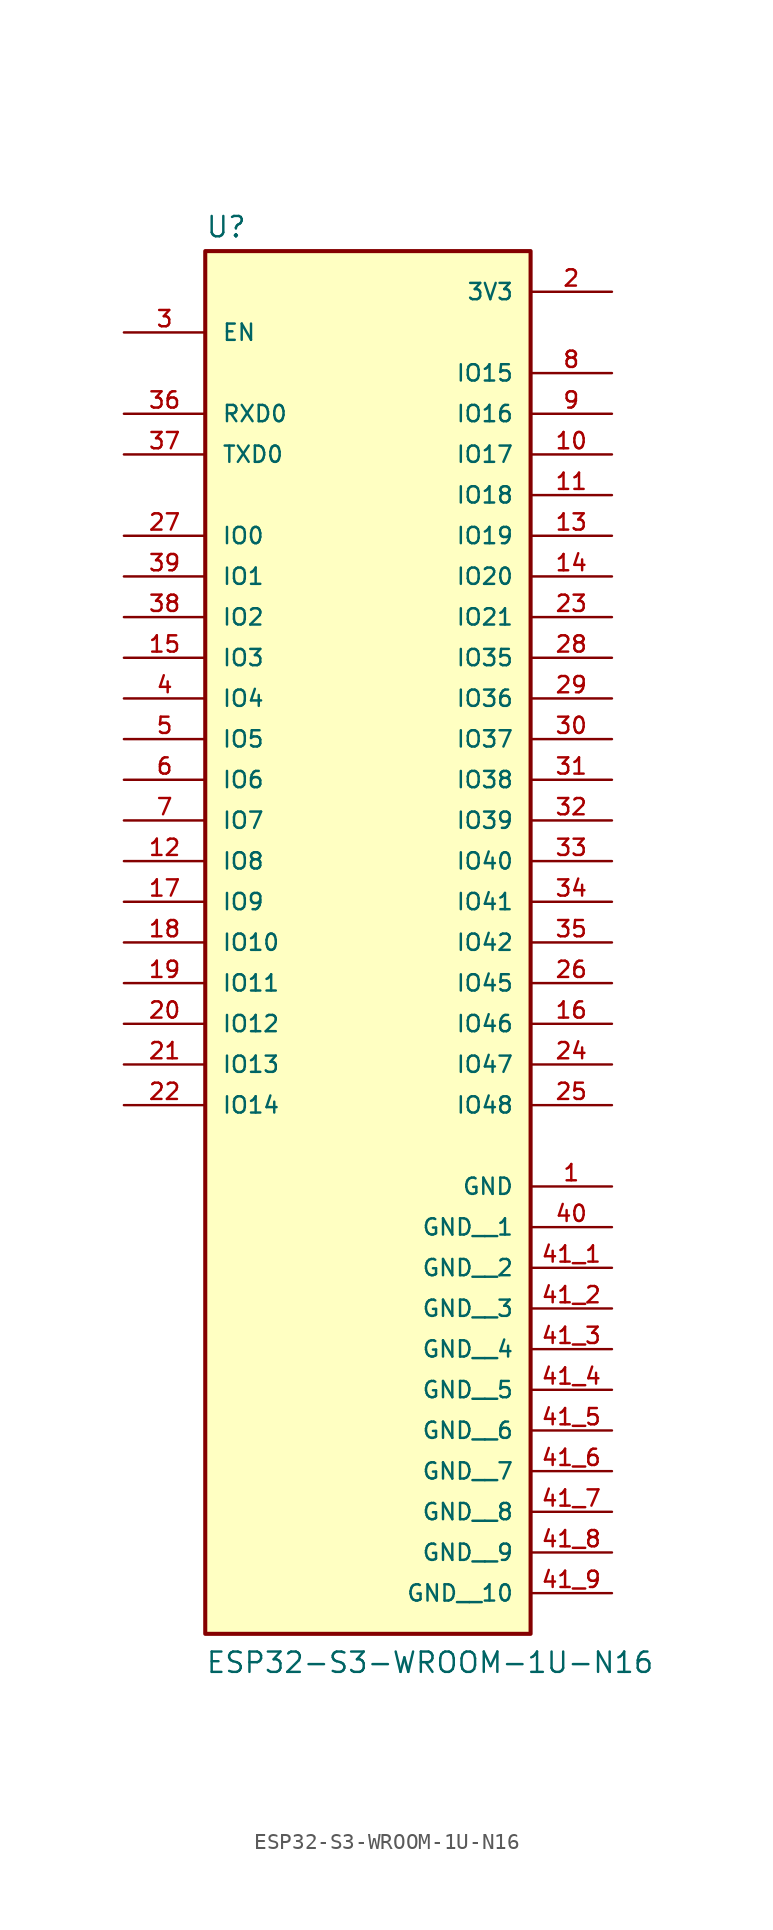
<source format=kicad_sym>
(kicad_symbol_lib
  (version 20211014)
  (generator kicad_symbol_editor)
  (symbol "ESP32-S3-WROOM-1U-N16"
    (pin_names
      (offset 1.016))
    (property "Reference" "U"
      (at -10.16 31.242 0)
      (effects (font (size 1.27 1.27)) (justify bottom left)))
    (property "Value" "ESP32-S3-WROOM-1U-N16"
      (at -10.16 -58.42 0)
      (effects (font (size 1.27 1.27)) (justify bottom left)))
    (symbol "ESP32-S3-WROOM-1U-N16_0_0"
      (rectangle (start -10.16 -55.88) (end 10.16 30.48) (stroke (width 0.254)) (fill (type background)))
      (pin power_in line (at 15.24 -27.94 180.0) (length 5.08) (name "GND" (effects (font (size 1.016 1.016)))) (number "1" (effects (font (size 1.016 1.016)))))
      (pin power_in line (at 15.24 27.94 180.0) (length 5.08) (name "3V3" (effects (font (size 1.016 1.016)))) (number "2" (effects (font (size 1.016 1.016)))))
      (pin input line (at -15.24 25.4 0) (length 5.08) (name "EN" (effects (font (size 1.016 1.016)))) (number "3" (effects (font (size 1.016 1.016)))))
      (pin bidirectional line (at 15.24 5.08 180.0) (length 5.08) (name "IO35" (effects (font (size 1.016 1.016)))) (number "28" (effects (font (size 1.016 1.016)))))
      (pin bidirectional line (at 15.24 -22.86 180.0) (length 5.08) (name "IO48" (effects (font (size 1.016 1.016)))) (number "25" (effects (font (size 1.016 1.016)))))
      (pin bidirectional line (at 15.24 -10.16 180.0) (length 5.08) (name "IO41" (effects (font (size 1.016 1.016)))) (number "34" (effects (font (size 1.016 1.016)))))
      (pin bidirectional line (at 15.24 -5.08 180.0) (length 5.08) (name "IO39" (effects (font (size 1.016 1.016)))) (number "32" (effects (font (size 1.016 1.016)))))
      (pin bidirectional line (at 15.24 -20.32 180.0) (length 5.08) (name "IO47" (effects (font (size 1.016 1.016)))) (number "24" (effects (font (size 1.016 1.016)))))
      (pin bidirectional line (at 15.24 -7.62 180.0) (length 5.08) (name "IO40" (effects (font (size 1.016 1.016)))) (number "33" (effects (font (size 1.016 1.016)))))
      (pin bidirectional line (at -15.24 -22.86 0) (length 5.08) (name "IO14" (effects (font (size 1.016 1.016)))) (number "22" (effects (font (size 1.016 1.016)))))
      (pin bidirectional line (at -15.24 -17.78 0) (length 5.08) (name "IO12" (effects (font (size 1.016 1.016)))) (number "20" (effects (font (size 1.016 1.016)))))
      (pin bidirectional line (at -15.24 -20.32 0) (length 5.08) (name "IO13" (effects (font (size 1.016 1.016)))) (number "21" (effects (font (size 1.016 1.016)))))
      (pin bidirectional line (at 15.24 22.86 180.0) (length 5.08) (name "IO15" (effects (font (size 1.016 1.016)))) (number "8" (effects (font (size 1.016 1.016)))))
      (pin bidirectional line (at -15.24 7.62 0) (length 5.08) (name "IO2" (effects (font (size 1.016 1.016)))) (number "38" (effects (font (size 1.016 1.016)))))
      (pin bidirectional line (at -15.24 12.7 0) (length 5.08) (name "IO0" (effects (font (size 1.016 1.016)))) (number "27" (effects (font (size 1.016 1.016)))))
      (pin bidirectional line (at -15.24 2.54 0) (length 5.08) (name "IO4" (effects (font (size 1.016 1.016)))) (number "4" (effects (font (size 1.016 1.016)))))
      (pin bidirectional line (at 15.24 20.32 180.0) (length 5.08) (name "IO16" (effects (font (size 1.016 1.016)))) (number "9" (effects (font (size 1.016 1.016)))))
      (pin bidirectional line (at 15.24 17.78 180.0) (length 5.08) (name "IO17" (effects (font (size 1.016 1.016)))) (number "10" (effects (font (size 1.016 1.016)))))
      (pin bidirectional line (at -15.24 0.0 0) (length 5.08) (name "IO5" (effects (font (size 1.016 1.016)))) (number "5" (effects (font (size 1.016 1.016)))))
      (pin bidirectional line (at 15.24 15.24 180.0) (length 5.08) (name "IO18" (effects (font (size 1.016 1.016)))) (number "11" (effects (font (size 1.016 1.016)))))
      (pin bidirectional line (at 15.24 12.7 180.0) (length 5.08) (name "IO19" (effects (font (size 1.016 1.016)))) (number "13" (effects (font (size 1.016 1.016)))))
      (pin bidirectional line (at 15.24 7.62 180.0) (length 5.08) (name "IO21" (effects (font (size 1.016 1.016)))) (number "23" (effects (font (size 1.016 1.016)))))
      (pin bidirectional line (at 15.24 0.0 180.0) (length 5.08) (name "IO37" (effects (font (size 1.016 1.016)))) (number "30" (effects (font (size 1.016 1.016)))))
      (pin bidirectional line (at 15.24 -2.54 180.0) (length 5.08) (name "IO38" (effects (font (size 1.016 1.016)))) (number "31" (effects (font (size 1.016 1.016)))))
      (pin bidirectional line (at -15.24 10.16 0) (length 5.08) (name "IO1" (effects (font (size 1.016 1.016)))) (number "39" (effects (font (size 1.016 1.016)))))
      (pin bidirectional line (at -15.24 5.08 0) (length 5.08) (name "IO3" (effects (font (size 1.016 1.016)))) (number "15" (effects (font (size 1.016 1.016)))))
      (pin bidirectional line (at -15.24 -2.54 0) (length 5.08) (name "IO6" (effects (font (size 1.016 1.016)))) (number "6" (effects (font (size 1.016 1.016)))))
      (pin bidirectional line (at -15.24 -5.08 0) (length 5.08) (name "IO7" (effects (font (size 1.016 1.016)))) (number "7" (effects (font (size 1.016 1.016)))))
      (pin bidirectional line (at -15.24 -7.62 0) (length 5.08) (name "IO8" (effects (font (size 1.016 1.016)))) (number "12" (effects (font (size 1.016 1.016)))))
      (pin bidirectional line (at -15.24 -10.16 0) (length 5.08) (name "IO9" (effects (font (size 1.016 1.016)))) (number "17" (effects (font (size 1.016 1.016)))))
      (pin bidirectional line (at -15.24 -12.7 0) (length 5.08) (name "IO10" (effects (font (size 1.016 1.016)))) (number "18" (effects (font (size 1.016 1.016)))))
      (pin bidirectional line (at -15.24 -15.24 0) (length 5.08) (name "IO11" (effects (font (size 1.016 1.016)))) (number "19" (effects (font (size 1.016 1.016)))))
      (pin bidirectional line (at 15.24 2.54 180.0) (length 5.08) (name "IO36" (effects (font (size 1.016 1.016)))) (number "29" (effects (font (size 1.016 1.016)))))
      (pin bidirectional line (at 15.24 -12.7 180.0) (length 5.08) (name "IO42" (effects (font (size 1.016 1.016)))) (number "35" (effects (font (size 1.016 1.016)))))
      (pin bidirectional line (at 15.24 10.16 180.0) (length 5.08) (name "IO20" (effects (font (size 1.016 1.016)))) (number "14" (effects (font (size 1.016 1.016)))))
      (pin bidirectional line (at -15.24 17.78 0) (length 5.08) (name "TXD0" (effects (font (size 1.016 1.016)))) (number "37" (effects (font (size 1.016 1.016)))))
      (pin bidirectional line (at -15.24 20.32 0) (length 5.08) (name "RXD0" (effects (font (size 1.016 1.016)))) (number "36" (effects (font (size 1.016 1.016)))))
      (pin bidirectional line (at 15.24 -15.24 180.0) (length 5.08) (name "IO45" (effects (font (size 1.016 1.016)))) (number "26" (effects (font (size 1.016 1.016)))))
      (pin bidirectional line (at 15.24 -17.78 180.0) (length 5.08) (name "IO46" (effects (font (size 1.016 1.016)))) (number "16" (effects (font (size 1.016 1.016)))))
      (pin power_in line (at 15.24 -30.48 180.0) (length 5.08) (name "GND__1" (effects (font (size 1.016 1.016)))) (number "40" (effects (font (size 1.016 1.016)))))
      (pin power_in line (at 15.24 -33.02 180.0) (length 5.08) (name "GND__2" (effects (font (size 1.016 1.016)))) (number "41_1" (effects (font (size 1.016 1.016)))))
      (pin power_in line (at 15.24 -35.56 180.0) (length 5.08) (name "GND__3" (effects (font (size 1.016 1.016)))) (number "41_2" (effects (font (size 1.016 1.016)))))
      (pin power_in line (at 15.24 -38.1 180.0) (length 5.08) (name "GND__4" (effects (font (size 1.016 1.016)))) (number "41_3" (effects (font (size 1.016 1.016)))))
      (pin power_in line (at 15.24 -40.64 180.0) (length 5.08) (name "GND__5" (effects (font (size 1.016 1.016)))) (number "41_4" (effects (font (size 1.016 1.016)))))
      (pin power_in line (at 15.24 -43.18 180.0) (length 5.08) (name "GND__6" (effects (font (size 1.016 1.016)))) (number "41_5" (effects (font (size 1.016 1.016)))))
      (pin power_in line (at 15.24 -45.72 180.0) (length 5.08) (name "GND__7" (effects (font (size 1.016 1.016)))) (number "41_6" (effects (font (size 1.016 1.016)))))
      (pin power_in line (at 15.24 -48.26 180.0) (length 5.08) (name "GND__8" (effects (font (size 1.016 1.016)))) (number "41_7" (effects (font (size 1.016 1.016)))))
      (pin power_in line (at 15.24 -50.8 180.0) (length 5.08) (name "GND__9" (effects (font (size 1.016 1.016)))) (number "41_8" (effects (font (size 1.016 1.016)))))
      (pin power_in line (at 15.24 -53.34 180.0) (length 5.08) (name "GND__10" (effects (font (size 1.016 1.016)))) (number "41_9" (effects (font (size 1.016 1.016))))))))
</source>
